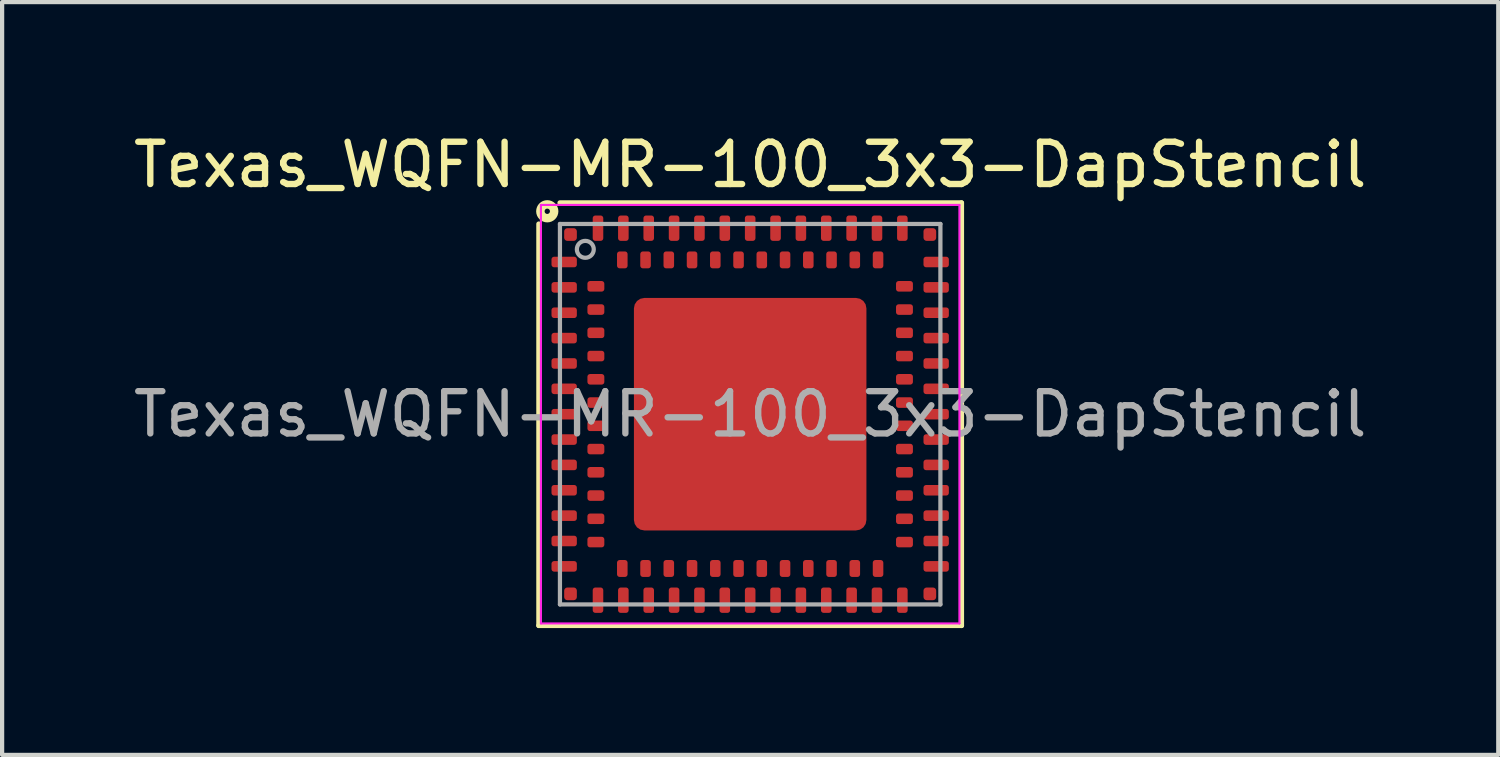
<source format=kicad_pcb>
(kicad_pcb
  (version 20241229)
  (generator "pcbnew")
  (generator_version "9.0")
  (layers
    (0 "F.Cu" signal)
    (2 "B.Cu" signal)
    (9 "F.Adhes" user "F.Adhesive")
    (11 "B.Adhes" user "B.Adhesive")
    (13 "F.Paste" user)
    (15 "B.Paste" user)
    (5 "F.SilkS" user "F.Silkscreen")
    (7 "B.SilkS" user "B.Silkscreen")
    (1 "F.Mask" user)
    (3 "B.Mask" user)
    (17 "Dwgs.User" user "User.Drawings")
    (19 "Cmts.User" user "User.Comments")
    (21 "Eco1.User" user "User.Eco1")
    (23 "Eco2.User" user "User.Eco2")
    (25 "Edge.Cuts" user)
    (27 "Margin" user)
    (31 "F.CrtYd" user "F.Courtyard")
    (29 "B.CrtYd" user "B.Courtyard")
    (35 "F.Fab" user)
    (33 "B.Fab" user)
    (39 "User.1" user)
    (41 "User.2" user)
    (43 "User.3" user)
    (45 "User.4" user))
  (footprint "Texas_WQFN-MR-100_3x3-DapStencil"
    (layer "F.Cu")
    (at 14.696 6.748)
    (property "Reference" "Texas_WQFN-MR-100_3x3-DapStencil" (at 0 -5.9 0) (layer "F.SilkS") (effects (font (size 1 1) (thickness 0.15))))
    (attr smd)
    (fp_line (start -5 5) (end -5 -4.5) (stroke (width 0.12) (type solid)) (layer "F.SilkS"))
    (fp_line (start -4.5 -5) (end 5 -5) (stroke (width 0.12) (type solid)) (layer "F.SilkS"))
    (fp_line (start 5 -5) (end 5 5) (stroke (width 0.12) (type solid)) (layer "F.SilkS"))
    (fp_line (start 5 5) (end -5 5) (stroke (width 0.12) (type solid)) (layer "F.SilkS"))
    (fp_circle (center -4.8 -4.8) (end -4.737 -4.8) (stroke (width 0.2) (type solid)) (fill no) (layer "F.SilkS"))
    (fp_line (start -4.95 -4.95) (end 4.95 -4.95) (stroke (width 0.05) (type solid)) (layer "F.CrtYd"))
    (fp_line (start -4.95 4.95) (end -4.95 -4.95) (stroke (width 0.05) (type solid)) (layer "F.CrtYd"))
    (fp_line (start 4.95 -4.95) (end 4.95 4.95) (stroke (width 0.05) (type solid)) (layer "F.CrtYd"))
    (fp_line (start 4.95 4.95) (end -4.95 4.95) (stroke (width 0.05) (type solid)) (layer "F.CrtYd"))
    (fp_line (start -4.5 -4.5) (end -4.5 4.5) (stroke (width 0.1) (type solid)) (layer "F.Fab"))
    (fp_line (start -4.5 -4.5) (end 4.5 -4.5) (stroke (width 0.1) (type solid)) (layer "F.Fab"))
    (fp_line (start -4.5 4.5) (end 4.5 4.5) (stroke (width 0.1) (type solid)) (layer "F.Fab"))
    (fp_line (start 4.5 -4.5) (end 4.5 4.5) (stroke (width 0.1) (type solid)) (layer "F.Fab"))
    (fp_circle (center -3.9 -3.9) (end -3.7 -3.9) (stroke (width 0.1) (type solid)) (fill no) (layer "F.Fab"))
    (fp_text user "${REFERENCE}" (at 0 0 0) (layer "F.Fab") (effects (font (size 1 1) (thickness 0.15))))
    (pad "" smd roundrect (at -1.66 -1.66) (size 1.5 1.5) (layers "F.Paste") (roundrect_rratio 0.167))
    (pad "" smd roundrect (at -1.66 0) (size 1.5 1.5) (layers "F.Paste") (roundrect_rratio 0.167))
    (pad "" smd roundrect (at -1.66 1.66) (size 1.5 1.5) (layers "F.Paste") (roundrect_rratio 0.167))
    (pad "" smd roundrect (at 0 -1.66) (size 1.5 1.5) (layers "F.Paste") (roundrect_rratio 0.167))
    (pad "" smd roundrect (at 0 0) (size 1.5 1.5) (layers "F.Paste") (roundrect_rratio 0.167))
    (pad "" smd roundrect (at 0 1.66) (size 1.5 1.5) (layers "F.Paste") (roundrect_rratio 0.167))
    (pad "" smd roundrect (at 1.66 -1.66) (size 1.5 1.5) (layers "F.Paste") (roundrect_rratio 0.167))
    (pad "" smd roundrect (at 1.66 0) (size 1.5 1.5) (layers "F.Paste") (roundrect_rratio 0.167))
    (pad "" smd roundrect (at 1.66 1.66) (size 1.5 1.5) (layers "F.Paste") (roundrect_rratio 0.167))
    (pad "A1" smd roundrect (at -4.4 -3.6 90) (size 0.25 0.6) (layers "F.Cu" "F.Mask" "F.Paste") (roundrect_rratio 0.25))
    (pad "A2" smd roundrect (at -4.4 -3 90) (size 0.25 0.6) (layers "F.Cu" "F.Mask" "F.Paste") (roundrect_rratio 0.25))
    (pad "A3" smd roundrect (at -4.4 -2.4 90) (size 0.25 0.6) (layers "F.Cu" "F.Mask" "F.Paste") (roundrect_rratio 0.25))
    (pad "A4" smd roundrect (at -4.4 -1.8 90) (size 0.25 0.6) (layers "F.Cu" "F.Mask" "F.Paste") (roundrect_rratio 0.25))
    (pad "A5" smd roundrect (at -4.4 -1.2 90) (size 0.25 0.6) (layers "F.Cu" "F.Mask" "F.Paste") (roundrect_rratio 0.25))
    (pad "A6" smd roundrect (at -4.4 -0.6 90) (size 0.25 0.6) (layers "F.Cu" "F.Mask" "F.Paste") (roundrect_rratio 0.25))
    (pad "A7" smd roundrect (at -4.4 0 90) (size 0.25 0.6) (layers "F.Cu" "F.Mask" "F.Paste") (roundrect_rratio 0.25))
    (pad "A8" smd roundrect (at -4.4 0.6 90) (size 0.25 0.6) (layers "F.Cu" "F.Mask" "F.Paste") (roundrect_rratio 0.25))
    (pad "A9" smd roundrect (at -4.4 1.2 90) (size 0.25 0.6) (layers "F.Cu" "F.Mask" "F.Paste") (roundrect_rratio 0.25))
    (pad "A10" smd roundrect (at -4.4 1.8 90) (size 0.25 0.6) (layers "F.Cu" "F.Mask" "F.Paste") (roundrect_rratio 0.25))
    (pad "A11" smd roundrect (at -4.4 2.4 90) (size 0.25 0.6) (layers "F.Cu" "F.Mask" "F.Paste") (roundrect_rratio 0.25))
    (pad "A12" smd roundrect (at -4.4 3 90) (size 0.25 0.6) (layers "F.Cu" "F.Mask" "F.Paste") (roundrect_rratio 0.25))
    (pad "A13" smd roundrect (at -4.4 3.6 90) (size 0.25 0.6) (layers "F.Cu" "F.Mask" "F.Paste") (roundrect_rratio 0.25))
    (pad "A14" smd roundrect (at -3.6 4.4) (size 0.25 0.6) (layers "F.Cu" "F.Mask" "F.Paste") (roundrect_rratio 0.25))
    (pad "A15" smd roundrect (at -3 4.4) (size 0.25 0.6) (layers "F.Cu" "F.Mask" "F.Paste") (roundrect_rratio 0.25))
    (pad "A16" smd roundrect (at -2.4 4.4) (size 0.25 0.6) (layers "F.Cu" "F.Mask" "F.Paste") (roundrect_rratio 0.25))
    (pad "A17" smd roundrect (at -1.8 4.4) (size 0.25 0.6) (layers "F.Cu" "F.Mask" "F.Paste") (roundrect_rratio 0.25))
    (pad "A18" smd roundrect (at -1.2 4.4) (size 0.25 0.6) (layers "F.Cu" "F.Mask" "F.Paste") (roundrect_rratio 0.25))
    (pad "A19" smd roundrect (at -0.6 4.4) (size 0.25 0.6) (layers "F.Cu" "F.Mask" "F.Paste") (roundrect_rratio 0.25))
    (pad "A20" smd roundrect (at 0 4.4) (size 0.25 0.6) (layers "F.Cu" "F.Mask" "F.Paste") (roundrect_rratio 0.25))
    (pad "A21" smd roundrect (at 0.6 4.4) (size 0.25 0.6) (layers "F.Cu" "F.Mask" "F.Paste") (roundrect_rratio 0.25))
    (pad "A22" smd roundrect (at 1.2 4.4) (size 0.25 0.6) (layers "F.Cu" "F.Mask" "F.Paste") (roundrect_rratio 0.25))
    (pad "A23" smd roundrect (at 1.8 4.4) (size 0.25 0.6) (layers "F.Cu" "F.Mask" "F.Paste") (roundrect_rratio 0.25))
    (pad "A24" smd roundrect (at 2.4 4.4) (size 0.25 0.6) (layers "F.Cu" "F.Mask" "F.Paste") (roundrect_rratio 0.25))
    (pad "A25" smd roundrect (at 3 4.4) (size 0.25 0.6) (layers "F.Cu" "F.Mask" "F.Paste") (roundrect_rratio 0.25))
    (pad "A26" smd roundrect (at 3.6 4.4) (size 0.25 0.6) (layers "F.Cu" "F.Mask" "F.Paste") (roundrect_rratio 0.25))
    (pad "A27" smd roundrect (at 4.4 3.6 90) (size 0.25 0.6) (layers "F.Cu" "F.Mask" "F.Paste") (roundrect_rratio 0.25))
    (pad "A28" smd roundrect (at 4.4 3 90) (size 0.25 0.6) (layers "F.Cu" "F.Mask" "F.Paste") (roundrect_rratio 0.25))
    (pad "A29" smd roundrect (at 4.4 2.4 90) (size 0.25 0.6) (layers "F.Cu" "F.Mask" "F.Paste") (roundrect_rratio 0.25))
    (pad "A30" smd roundrect (at 4.4 1.8 90) (size 0.25 0.6) (layers "F.Cu" "F.Mask" "F.Paste") (roundrect_rratio 0.25))
    (pad "A31" smd roundrect (at 4.4 1.2 90) (size 0.25 0.6) (layers "F.Cu" "F.Mask" "F.Paste") (roundrect_rratio 0.25))
    (pad "A32" smd roundrect (at 4.4 0.6 90) (size 0.25 0.6) (layers "F.Cu" "F.Mask" "F.Paste") (roundrect_rratio 0.25))
    (pad "A33" smd roundrect (at 4.4 0 90) (size 0.25 0.6) (layers "F.Cu" "F.Mask" "F.Paste") (roundrect_rratio 0.25))
    (pad "A34" smd roundrect (at 4.4 -0.6 90) (size 0.25 0.6) (layers "F.Cu" "F.Mask" "F.Paste") (roundrect_rratio 0.25))
    (pad "A35" smd roundrect (at 4.4 -1.2 90) (size 0.25 0.6) (layers "F.Cu" "F.Mask" "F.Paste") (roundrect_rratio 0.25))
    (pad "A36" smd roundrect (at 4.4 -1.8 90) (size 0.25 0.6) (layers "F.Cu" "F.Mask" "F.Paste") (roundrect_rratio 0.25))
    (pad "A37" smd roundrect (at 4.4 -2.4 90) (size 0.25 0.6) (layers "F.Cu" "F.Mask" "F.Paste") (roundrect_rratio 0.25))
    (pad "A38" smd roundrect (at 4.4 -3 90) (size 0.25 0.6) (layers "F.Cu" "F.Mask" "F.Paste") (roundrect_rratio 0.25))
    (pad "A39" smd roundrect (at 4.4 -3.6 90) (size 0.25 0.6) (layers "F.Cu" "F.Mask" "F.Paste") (roundrect_rratio 0.25))
    (pad "A40" smd roundrect (at 3.6 -4.4) (size 0.25 0.6) (layers "F.Cu" "F.Mask" "F.Paste") (roundrect_rratio 0.25))
    (pad "A41" smd roundrect (at 3 -4.4) (size 0.25 0.6) (layers "F.Cu" "F.Mask" "F.Paste") (roundrect_rratio 0.25))
    (pad "A42" smd roundrect (at 2.4 -4.4) (size 0.25 0.6) (layers "F.Cu" "F.Mask" "F.Paste") (roundrect_rratio 0.25))
    (pad "A43" smd roundrect (at 1.8 -4.4) (size 0.25 0.6) (layers "F.Cu" "F.Mask" "F.Paste") (roundrect_rratio 0.25))
    (pad "A44" smd roundrect (at 1.2 -4.4) (size 0.25 0.6) (layers "F.Cu" "F.Mask" "F.Paste") (roundrect_rratio 0.25))
    (pad "A45" smd roundrect (at 0.6 -4.4) (size 0.25 0.6) (layers "F.Cu" "F.Mask" "F.Paste") (roundrect_rratio 0.25))
    (pad "A46" smd roundrect (at 0 -4.4) (size 0.25 0.6) (layers "F.Cu" "F.Mask" "F.Paste") (roundrect_rratio 0.25))
    (pad "A47" smd roundrect (at -0.6 -4.4) (size 0.25 0.6) (layers "F.Cu" "F.Mask" "F.Paste") (roundrect_rratio 0.25))
    (pad "A48" smd roundrect (at -1.2 -4.4) (size 0.25 0.6) (layers "F.Cu" "F.Mask" "F.Paste") (roundrect_rratio 0.25))
    (pad "A49" smd roundrect (at -1.8 -4.4) (size 0.25 0.6) (layers "F.Cu" "F.Mask" "F.Paste") (roundrect_rratio 0.25))
    (pad "A50" smd roundrect (at -2.4 -4.4) (size 0.25 0.6) (layers "F.Cu" "F.Mask" "F.Paste") (roundrect_rratio 0.25))
    (pad "A51" smd roundrect (at -3 -4.4) (size 0.25 0.6) (layers "F.Cu" "F.Mask" "F.Paste") (roundrect_rratio 0.25))
    (pad "A52" smd roundrect (at -3.6 -4.4) (size 0.25 0.6) (layers "F.Cu" "F.Mask" "F.Paste") (roundrect_rratio 0.25))
    (pad "A53" smd roundrect (at 0 0) (size 5.5 5.5) (layers "F.Cu" "F.Mask") (roundrect_rratio 0.045))
    (pad "B1" smd roundrect (at -3.65 -3.025 90) (size 0.25 0.4) (layers "F.Cu" "F.Mask" "F.Paste") (roundrect_rratio 0.25))
    (pad "B2" smd roundrect (at -3.65 -2.475 90) (size 0.25 0.4) (layers "F.Cu" "F.Mask" "F.Paste") (roundrect_rratio 0.25))
    (pad "B3" smd roundrect (at -3.65 -1.925 90) (size 0.25 0.4) (layers "F.Cu" "F.Mask" "F.Paste") (roundrect_rratio 0.25))
    (pad "B4" smd roundrect (at -3.65 -1.375 90) (size 0.25 0.4) (layers "F.Cu" "F.Mask" "F.Paste") (roundrect_rratio 0.25))
    (pad "B5" smd roundrect (at -3.65 -0.825 90) (size 0.25 0.4) (layers "F.Cu" "F.Mask" "F.Paste") (roundrect_rratio 0.25))
    (pad "B6" smd roundrect (at -3.65 -0.275 90) (size 0.25 0.4) (layers "F.Cu" "F.Mask" "F.Paste") (roundrect_rratio 0.25))
    (pad "B7" smd roundrect (at -3.65 0.275 90) (size 0.25 0.4) (layers "F.Cu" "F.Mask" "F.Paste") (roundrect_rratio 0.25))
    (pad "B8" smd roundrect (at -3.65 0.825 90) (size 0.25 0.4) (layers "F.Cu" "F.Mask" "F.Paste") (roundrect_rratio 0.25))
    (pad "B9" smd roundrect (at -3.65 1.375 90) (size 0.25 0.4) (layers "F.Cu" "F.Mask" "F.Paste") (roundrect_rratio 0.25))
    (pad "B10" smd roundrect (at -3.65 1.925 90) (size 0.25 0.4) (layers "F.Cu" "F.Mask" "F.Paste") (roundrect_rratio 0.25))
    (pad "B11" smd roundrect (at -3.65 2.475 90) (size 0.25 0.4) (layers "F.Cu" "F.Mask" "F.Paste") (roundrect_rratio 0.25))
    (pad "B12" smd roundrect (at -3.65 3.025 90) (size 0.25 0.4) (layers "F.Cu" "F.Mask" "F.Paste") (roundrect_rratio 0.25))
    (pad "B13" smd roundrect (at -3.025 3.65) (size 0.25 0.4) (layers "F.Cu" "F.Mask" "F.Paste") (roundrect_rratio 0.25))
    (pad "B14" smd roundrect (at -2.475 3.65) (size 0.25 0.4) (layers "F.Cu" "F.Mask" "F.Paste") (roundrect_rratio 0.25))
    (pad "B15" smd roundrect (at -1.925 3.65) (size 0.25 0.4) (layers "F.Cu" "F.Mask" "F.Paste") (roundrect_rratio 0.25))
    (pad "B16" smd roundrect (at -1.375 3.65) (size 0.25 0.4) (layers "F.Cu" "F.Mask" "F.Paste") (roundrect_rratio 0.25))
    (pad "B17" smd roundrect (at -0.825 3.65) (size 0.25 0.4) (layers "F.Cu" "F.Mask" "F.Paste") (roundrect_rratio 0.25))
    (pad "B18" smd roundrect (at -0.275 3.65) (size 0.25 0.4) (layers "F.Cu" "F.Mask" "F.Paste") (roundrect_rratio 0.25))
    (pad "B19" smd roundrect (at 0.275 3.65) (size 0.25 0.4) (layers "F.Cu" "F.Mask" "F.Paste") (roundrect_rratio 0.25))
    (pad "B20" smd roundrect (at 0.825 3.65) (size 0.25 0.4) (layers "F.Cu" "F.Mask" "F.Paste") (roundrect_rratio 0.25))
    (pad "B21" smd roundrect (at 1.375 3.65) (size 0.25 0.4) (layers "F.Cu" "F.Mask" "F.Paste") (roundrect_rratio 0.25))
    (pad "B22" smd roundrect (at 1.925 3.65) (size 0.25 0.4) (layers "F.Cu" "F.Mask" "F.Paste") (roundrect_rratio 0.25))
    (pad "B23" smd roundrect (at 2.475 3.65) (size 0.25 0.4) (layers "F.Cu" "F.Mask" "F.Paste") (roundrect_rratio 0.25))
    (pad "B24" smd roundrect (at 3.025 3.65) (size 0.25 0.4) (layers "F.Cu" "F.Mask" "F.Paste") (roundrect_rratio 0.25))
    (pad "B25" smd roundrect (at 3.65 3.025 90) (size 0.25 0.4) (layers "F.Cu" "F.Mask" "F.Paste") (roundrect_rratio 0.25))
    (pad "B26" smd roundrect (at 3.65 2.475 90) (size 0.25 0.4) (layers "F.Cu" "F.Mask" "F.Paste") (roundrect_rratio 0.25))
    (pad "B27" smd roundrect (at 3.65 1.925 90) (size 0.25 0.4) (layers "F.Cu" "F.Mask" "F.Paste") (roundrect_rratio 0.25))
    (pad "B28" smd roundrect (at 3.65 1.375 90) (size 0.25 0.4) (layers "F.Cu" "F.Mask" "F.Paste") (roundrect_rratio 0.25))
    (pad "B29" smd roundrect (at 3.65 0.825 90) (size 0.25 0.4) (layers "F.Cu" "F.Mask" "F.Paste") (roundrect_rratio 0.25))
    (pad "B30" smd roundrect (at 3.65 0.275 90) (size 0.25 0.4) (layers "F.Cu" "F.Mask" "F.Paste") (roundrect_rratio 0.25))
    (pad "B31" smd roundrect (at 3.65 -0.275 90) (size 0.25 0.4) (layers "F.Cu" "F.Mask" "F.Paste") (roundrect_rratio 0.25))
    (pad "B32" smd roundrect (at 3.65 -0.825 90) (size 0.25 0.4) (layers "F.Cu" "F.Mask" "F.Paste") (roundrect_rratio 0.25))
    (pad "B33" smd roundrect (at 3.65 -1.375 90) (size 0.25 0.4) (layers "F.Cu" "F.Mask" "F.Paste") (roundrect_rratio 0.25))
    (pad "B34" smd roundrect (at 3.65 -1.925 90) (size 0.25 0.4) (layers "F.Cu" "F.Mask" "F.Paste") (roundrect_rratio 0.25))
    (pad "B35" smd roundrect (at 3.65 -2.475 90) (size 0.25 0.4) (layers "F.Cu" "F.Mask" "F.Paste") (roundrect_rratio 0.25))
    (pad "B36" smd roundrect (at 3.65 -3.025 90) (size 0.25 0.4) (layers "F.Cu" "F.Mask" "F.Paste") (roundrect_rratio 0.25))
    (pad "B37" smd roundrect (at 3.025 -3.65) (size 0.25 0.4) (layers "F.Cu" "F.Mask" "F.Paste") (roundrect_rratio 0.25))
    (pad "B38" smd roundrect (at 2.475 -3.65) (size 0.25 0.4) (layers "F.Cu" "F.Mask" "F.Paste") (roundrect_rratio 0.25))
    (pad "B39" smd roundrect (at 1.925 -3.65) (size 0.25 0.4) (layers "F.Cu" "F.Mask" "F.Paste") (roundrect_rratio 0.25))
    (pad "B40" smd roundrect (at 1.375 -3.65) (size 0.25 0.4) (layers "F.Cu" "F.Mask" "F.Paste") (roundrect_rratio 0.25))
    (pad "B41" smd roundrect (at 0.825 -3.65) (size 0.25 0.4) (layers "F.Cu" "F.Mask" "F.Paste") (roundrect_rratio 0.25))
    (pad "B42" smd roundrect (at 0.275 -3.65) (size 0.25 0.4) (layers "F.Cu" "F.Mask" "F.Paste") (roundrect_rratio 0.25))
    (pad "B43" smd roundrect (at -0.275 -3.65) (size 0.25 0.4) (layers "F.Cu" "F.Mask" "F.Paste") (roundrect_rratio 0.25))
    (pad "B44" smd roundrect (at -0.825 -3.65) (size 0.25 0.4) (layers "F.Cu" "F.Mask" "F.Paste") (roundrect_rratio 0.25))
    (pad "B45" smd roundrect (at -1.375 -3.65) (size 0.25 0.4) (layers "F.Cu" "F.Mask" "F.Paste") (roundrect_rratio 0.25))
    (pad "B46" smd roundrect (at -1.925 -3.65) (size 0.25 0.4) (layers "F.Cu" "F.Mask" "F.Paste") (roundrect_rratio 0.25))
    (pad "B47" smd roundrect (at -2.475 -3.65) (size 0.25 0.4) (layers "F.Cu" "F.Mask" "F.Paste") (roundrect_rratio 0.25))
    (pad "B48" smd roundrect (at -3.025 -3.65) (size 0.25 0.4) (layers "F.Cu" "F.Mask" "F.Paste") (roundrect_rratio 0.25))
    (pad "C1" smd roundrect (at -4.25 -4.25) (size 0.3 0.3) (layers "F.Cu" "F.Mask" "F.Paste") (roundrect_rratio 0.25))
    (pad "C2" smd roundrect (at -4.25 4.25) (size 0.3 0.3) (layers "F.Cu" "F.Mask" "F.Paste") (roundrect_rratio 0.25))
    (pad "C3" smd roundrect (at 4.25 4.25) (size 0.3 0.3) (layers "F.Cu" "F.Mask" "F.Paste") (roundrect_rratio 0.25))
    (pad "C4" smd roundrect (at 4.25 -4.25) (size 0.3 0.3) (layers "F.Cu" "F.Mask" "F.Paste") (roundrect_rratio 0.25)))
  (gr_rect
    (start -3 -3)
    (end 32.393 14.808)
    (stroke (width 0.1) (type default))
    (fill no)
    (layer "Edge.Cuts")))
</source>
